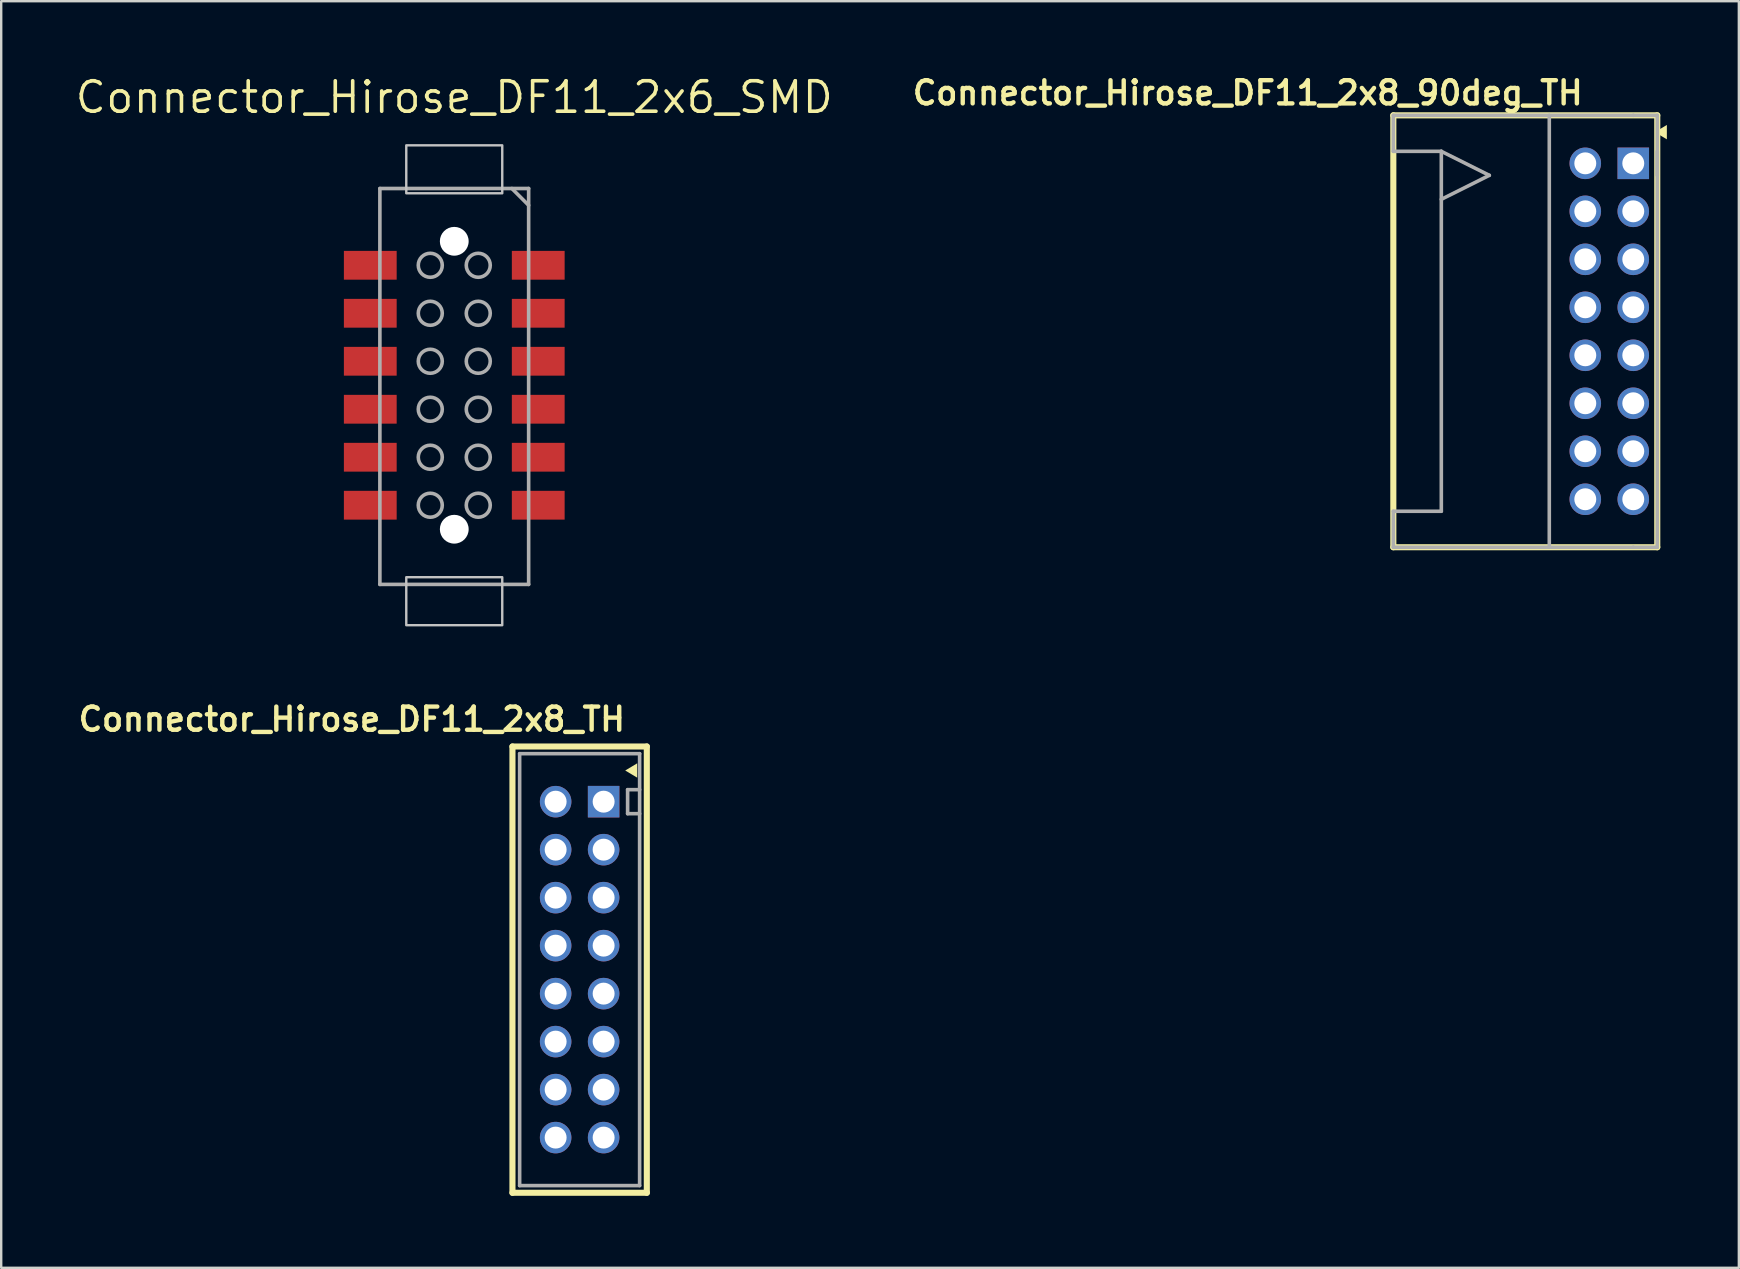
<source format=kicad_pcb>
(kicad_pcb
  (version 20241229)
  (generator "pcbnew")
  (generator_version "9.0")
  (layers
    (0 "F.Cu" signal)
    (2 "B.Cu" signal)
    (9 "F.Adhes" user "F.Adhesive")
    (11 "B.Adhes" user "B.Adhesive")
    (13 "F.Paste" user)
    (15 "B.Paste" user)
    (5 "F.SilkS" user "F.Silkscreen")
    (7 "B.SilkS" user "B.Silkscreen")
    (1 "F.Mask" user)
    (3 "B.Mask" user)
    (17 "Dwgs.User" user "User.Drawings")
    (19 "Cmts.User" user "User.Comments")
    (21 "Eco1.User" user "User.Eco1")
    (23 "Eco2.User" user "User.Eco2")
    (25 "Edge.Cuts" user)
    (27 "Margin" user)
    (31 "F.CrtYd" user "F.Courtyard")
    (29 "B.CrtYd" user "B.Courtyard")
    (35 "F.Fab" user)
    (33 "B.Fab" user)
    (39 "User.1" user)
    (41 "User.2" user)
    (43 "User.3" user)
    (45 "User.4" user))
  (footprint "Connector_Hirose_DF11_2x6_SMD"
    (layer "F.Cu")
    (at 15.882 13.006)
    (property "Reference" "Connector_Hirose_DF11_2x6_SMD" (at 0 -12 180) (layer "F.SilkS") (effects (font (size 1.27 1.27) (thickness 0.15))))
    (attr through_hole)
    (fp_poly (pts (xy -2.032 -10.097) (xy -2.032 -7.922) (xy 2.032 -7.922) (xy 2.032 -10.097)) (stroke (width 0) (type solid)) (fill yes) (layer "F.Mask"))
    (fp_poly (pts (xy -2.032 7.922) (xy -2.032 10.097) (xy 2.032 10.097) (xy 2.032 7.922)) (stroke (width 0) (type solid)) (fill yes) (layer "F.Mask"))
    (fp_poly (pts (xy -2 -10) (xy -2 -8) (xy 2 -8) (xy 2 -10)) (stroke (width 0.1) (type solid)) (fill no) (layer "Dwgs.User"))
    (fp_poly (pts (xy -2 8) (xy -2 10) (xy 2 10) (xy 2 8)) (stroke (width 0.1) (type solid)) (fill no) (layer "Dwgs.User"))
    (fp_line (start -3.1 -8.2) (end 3.1 -8.2) (stroke (width 0.15) (type solid)) (layer "F.Fab"))
    (fp_line (start -3.1 8.3) (end -3.1 -8.2) (stroke (width 0.15) (type solid)) (layer "F.Fab"))
    (fp_line (start 3.1 -8.2) (end 3.1 8.3) (stroke (width 0.15) (type solid)) (layer "F.Fab"))
    (fp_line (start 3.1 -7.5) (end 2.4 -8.2) (stroke (width 0.15) (type solid)) (layer "F.Fab"))
    (fp_line (start 3.1 8.3) (end -3.1 8.3) (stroke (width 0.15) (type solid)) (layer "F.Fab"))
    (fp_circle (center -1 -5) (end -0.6 -4.7) (stroke (width 0.15) (type solid)) (fill no) (layer "F.Fab"))
    (fp_circle (center -1 -3) (end -0.6 -2.7) (stroke (width 0.15) (type solid)) (fill no) (layer "F.Fab"))
    (fp_circle (center -1 -1) (end -0.6 -0.7) (stroke (width 0.15) (type solid)) (fill no) (layer "F.Fab"))
    (fp_circle (center -1 1) (end -0.6 1.3) (stroke (width 0.15) (type solid)) (fill no) (layer "F.Fab"))
    (fp_circle (center -1 3) (end -0.6 3.3) (stroke (width 0.15) (type solid)) (fill no) (layer "F.Fab"))
    (fp_circle (center -1 5) (end -0.6 5.3) (stroke (width 0.15) (type solid)) (fill no) (layer "F.Fab"))
    (fp_circle (center 1 -5) (end 1.4 -4.7) (stroke (width 0.15) (type solid)) (fill no) (layer "F.Fab"))
    (fp_circle (center 1 -3) (end 1.4 -2.7) (stroke (width 0.15) (type solid)) (fill no) (layer "F.Fab"))
    (fp_circle (center 1 -1) (end 1.4 -0.7) (stroke (width 0.15) (type solid)) (fill no) (layer "F.Fab"))
    (fp_circle (center 1 1) (end 1.4 1.3) (stroke (width 0.15) (type solid)) (fill no) (layer "F.Fab"))
    (fp_circle (center 1 3) (end 1.4 3.3) (stroke (width 0.15) (type solid)) (fill no) (layer "F.Fab"))
    (fp_circle (center 1 5) (end 1.4 5.3) (stroke (width 0.15) (type solid)) (fill no) (layer "F.Fab"))
    (pad "" np_thru_hole circle (at 0 -6 270) (size 1.2 1.2) (drill 1.2) (layers "*.Cu"))
    (pad "" np_thru_hole circle (at 0 6 270) (size 1.2 1.2) (drill 1.2) (layers "*.Cu"))
    (pad "1" smd rect (at 3.5 -5) (size 2.2 1.2) (layers "F.Cu" "F.Mask" "F.Paste"))
    (pad "2" smd rect (at -3.5 -5) (size 2.2 1.2) (layers "F.Cu" "F.Mask" "F.Paste"))
    (pad "3" smd rect (at 3.5 -3) (size 2.2 1.2) (layers "F.Cu" "F.Mask" "F.Paste"))
    (pad "4" smd rect (at -3.5 -3) (size 2.2 1.2) (layers "F.Cu" "F.Mask" "F.Paste"))
    (pad "5" smd rect (at 3.5 -1) (size 2.2 1.2) (layers "F.Cu" "F.Mask" "F.Paste"))
    (pad "6" smd rect (at -3.5 -1) (size 2.2 1.2) (layers "F.Cu" "F.Mask" "F.Paste"))
    (pad "7" smd rect (at 3.5 1) (size 2.2 1.2) (layers "F.Cu" "F.Mask" "F.Paste"))
    (pad "8" smd rect (at -3.5 1) (size 2.2 1.2) (layers "F.Cu" "F.Mask" "F.Paste"))
    (pad "9" smd rect (at 3.5 3) (size 2.2 1.2) (layers "F.Cu" "F.Mask" "F.Paste"))
    (pad "10" smd rect (at -3.5 3) (size 2.2 1.2) (layers "F.Cu" "F.Mask" "F.Paste"))
    (pad "11" smd rect (at 3.5 5 180) (size 2.2 1.2) (layers "F.Cu" "F.Mask" "F.Paste"))
    (pad "12" smd rect (at -3.5 5) (size 2.2 1.2) (layers "F.Cu" "F.Mask" "F.Paste")))
  (footprint "Connector_Hirose_DF11_2x8_TH"
    (layer "F.Cu")
    (at 21.107 37.361)
    (property "Reference" "Connector_Hirose_DF11_2x8_TH" (at 2 -11 180) (layer "F.SilkS") (effects (font (size 0.965 0.965) (thickness 0.183)) (justify right top)))
    (attr through_hole)
    (fp_line (start -2.8 -9.3) (end 2.8 -9.3) (stroke (width 0.254) (type solid)) (layer "F.SilkS"))
    (fp_line (start -2.8 9.3) (end -2.8 -9.3) (stroke (width 0.254) (type solid)) (layer "F.SilkS"))
    (fp_line (start 2.8 -9.3) (end 2.8 9.3) (stroke (width 0.254) (type solid)) (layer "F.SilkS"))
    (fp_line (start 2.8 9.3) (end -2.8 9.3) (stroke (width 0.254) (type solid)) (layer "F.SilkS"))
    (fp_poly (pts (xy 1.9 -8.3) (xy 2.4 -8) (xy 2.4 -8.6)) (stroke (width 0) (type solid)) (fill yes) (layer "F.SilkS"))
    (fp_line (start -2.5 -9) (end 2.5 -9) (stroke (width 0.15) (type solid)) (layer "F.Fab"))
    (fp_line (start -2.5 9) (end -2.5 -9) (stroke (width 0.15) (type solid)) (layer "F.Fab"))
    (fp_line (start 2 -7.5) (end 2 -6.5) (stroke (width 0.15) (type solid)) (layer "F.Fab"))
    (fp_line (start 2 -6.5) (end 2.5 -6.5) (stroke (width 0.15) (type solid)) (layer "F.Fab"))
    (fp_line (start 2.5 -9) (end 2.5 9) (stroke (width 0.15) (type solid)) (layer "F.Fab"))
    (fp_line (start 2.5 -7.5) (end 2 -7.5) (stroke (width 0.15) (type solid)) (layer "F.Fab"))
    (fp_line (start 2.5 9) (end -2.5 9) (stroke (width 0.15) (type solid)) (layer "F.Fab"))
    (pad "1" thru_hole rect (at 1 -7 180) (size 1.314 1.314) (drill 0.914) (layers "*.Cu" "*.Mask"))
    (pad "2" thru_hole circle (at -1 -7 180) (size 1.314 1.314) (drill 0.914) (layers "*.Cu" "*.Mask"))
    (pad "3" thru_hole circle (at 1 -5 180) (size 1.314 1.314) (drill 0.914) (layers "*.Cu" "*.Mask"))
    (pad "4" thru_hole circle (at -1 -5 180) (size 1.314 1.314) (drill 0.914) (layers "*.Cu" "*.Mask"))
    (pad "5" thru_hole circle (at 1 -3 180) (size 1.314 1.314) (drill 0.914) (layers "*.Cu" "*.Mask"))
    (pad "6" thru_hole circle (at -1 -3 180) (size 1.314 1.314) (drill 0.914) (layers "*.Cu" "*.Mask"))
    (pad "7" thru_hole circle (at 1 -1 180) (size 1.314 1.314) (drill 0.914) (layers "*.Cu" "*.Mask"))
    (pad "8" thru_hole circle (at -1 -1 180) (size 1.314 1.314) (drill 0.914) (layers "*.Cu" "*.Mask"))
    (pad "9" thru_hole circle (at 1 1 180) (size 1.314 1.314) (drill 0.914) (layers "*.Cu" "*.Mask"))
    (pad "10" thru_hole circle (at -1 1 180) (size 1.314 1.314) (drill 0.914) (layers "*.Cu" "*.Mask"))
    (pad "11" thru_hole circle (at 1 3 180) (size 1.314 1.314) (drill 0.914) (layers "*.Cu" "*.Mask"))
    (pad "12" thru_hole circle (at -1 3 180) (size 1.314 1.314) (drill 0.914) (layers "*.Cu" "*.Mask"))
    (pad "13" thru_hole circle (at 1 5 180) (size 1.314 1.314) (drill 0.914) (layers "*.Cu" "*.Mask"))
    (pad "14" thru_hole circle (at -1 5 180) (size 1.314 1.314) (drill 0.914) (layers "*.Cu" "*.Mask"))
    (pad "15" thru_hole circle (at 1 7 180) (size 1.314 1.314) (drill 0.914) (layers "*.Cu" "*.Mask"))
    (pad "16" thru_hole circle (at -1 7 180) (size 1.314 1.314) (drill 0.914) (layers "*.Cu" "*.Mask")))
  (footprint "Connector_Hirose_DF11_2x8_90deg_TH"
    (layer "F.Cu")
    (at 64.019 10.757)
    (property "Reference" "Connector_Hirose_DF11_2x8_90deg_TH" (at -1 -10.5 180) (layer "F.SilkS") (effects (font (size 0.965 0.965) (thickness 0.183)) (justify right top)))
    (attr through_hole)
    (fp_line (start -9 -9) (end 2 -9) (stroke (width 0.254) (type solid)) (layer "F.SilkS"))
    (fp_line (start -9 9) (end -9 -9) (stroke (width 0.254) (type solid)) (layer "F.SilkS"))
    (fp_line (start 2 -9) (end 2 9) (stroke (width 0.254) (type solid)) (layer "F.SilkS"))
    (fp_line (start 2 9) (end -9 9) (stroke (width 0.254) (type solid)) (layer "F.SilkS"))
    (fp_poly (pts (xy 1.9 -8.3) (xy 2.4 -8) (xy 2.4 -8.6)) (stroke (width 0) (type solid)) (fill yes) (layer "F.SilkS"))
    (fp_line (start -9 -9) (end 1 -9) (stroke (width 0.15) (type solid)) (layer "F.Fab"))
    (fp_line (start -9 -7.5) (end -9 -9) (stroke (width 0.15) (type solid)) (layer "F.Fab"))
    (fp_line (start -9 7.5) (end -7 7.5) (stroke (width 0.15) (type solid)) (layer "F.Fab"))
    (fp_line (start -9 9) (end -9 7.5) (stroke (width 0.15) (type solid)) (layer "F.Fab"))
    (fp_line (start -7 -7.5) (end -9 -7.5) (stroke (width 0.15) (type solid)) (layer "F.Fab"))
    (fp_line (start -7 -7.5) (end -7 7.5) (stroke (width 0.15) (type solid)) (layer "F.Fab"))
    (fp_line (start -7 -7.5) (end -5 -6.5) (stroke (width 0.15) (type solid)) (layer "F.Fab"))
    (fp_line (start -5 -6.5) (end -7 -5.5) (stroke (width 0.15) (type solid)) (layer "F.Fab"))
    (fp_line (start -2.5 9) (end -2.5 -9) (stroke (width 0.15) (type solid)) (layer "F.Fab"))
    (fp_line (start 1 9) (end -9 9) (stroke (width 0.15) (type solid)) (layer "F.Fab"))
    (fp_line (start 1 9) (end 2 9) (stroke (width 0.15) (type solid)) (layer "F.Fab"))
    (fp_line (start 2 -9) (end 1 -9) (stroke (width 0.15) (type solid)) (layer "F.Fab"))
    (fp_line (start 2 -7.5) (end 2 -6.5) (stroke (width 0.15) (type solid)) (layer "F.Fab"))
    (fp_line (start 2 9) (end 2 -9) (stroke (width 0.15) (type solid)) (layer "F.Fab"))
    (pad "1" thru_hole rect (at 1 -7 180) (size 1.314 1.314) (drill 0.914) (layers "*.Cu" "*.Mask"))
    (pad "2" thru_hole circle (at -1 -7 180) (size 1.314 1.314) (drill 0.914) (layers "*.Cu" "*.Mask"))
    (pad "3" thru_hole circle (at 1 -5 180) (size 1.314 1.314) (drill 0.914) (layers "*.Cu" "*.Mask"))
    (pad "4" thru_hole circle (at -1 -5 180) (size 1.314 1.314) (drill 0.914) (layers "*.Cu" "*.Mask"))
    (pad "5" thru_hole circle (at 1 -3 180) (size 1.314 1.314) (drill 0.914) (layers "*.Cu" "*.Mask"))
    (pad "6" thru_hole circle (at -1 -3 180) (size 1.314 1.314) (drill 0.914) (layers "*.Cu" "*.Mask"))
    (pad "7" thru_hole circle (at 1 -1 180) (size 1.314 1.314) (drill 0.914) (layers "*.Cu" "*.Mask"))
    (pad "8" thru_hole circle (at -1 -1 180) (size 1.314 1.314) (drill 0.914) (layers "*.Cu" "*.Mask"))
    (pad "9" thru_hole circle (at 1 1 180) (size 1.314 1.314) (drill 0.914) (layers "*.Cu" "*.Mask"))
    (pad "10" thru_hole circle (at -1 1 180) (size 1.314 1.314) (drill 0.914) (layers "*.Cu" "*.Mask"))
    (pad "11" thru_hole circle (at 1 3 180) (size 1.314 1.314) (drill 0.914) (layers "*.Cu" "*.Mask"))
    (pad "12" thru_hole circle (at -1 3 180) (size 1.314 1.314) (drill 0.914) (layers "*.Cu" "*.Mask"))
    (pad "13" thru_hole circle (at 1 5 180) (size 1.314 1.314) (drill 0.914) (layers "*.Cu" "*.Mask"))
    (pad "14" thru_hole circle (at -1 5 180) (size 1.314 1.314) (drill 0.914) (layers "*.Cu" "*.Mask"))
    (pad "15" thru_hole circle (at 1 7 180) (size 1.314 1.314) (drill 0.914) (layers "*.Cu" "*.Mask"))
    (pad "16" thru_hole circle (at -1 7 180) (size 1.314 1.314) (drill 0.914) (layers "*.Cu" "*.Mask")))
  (gr_rect
    (start -3 -3)
    (end 69.419 49.788)
    (stroke (width 0.1) (type default))
    (fill no)
    (layer "Edge.Cuts")))
</source>
